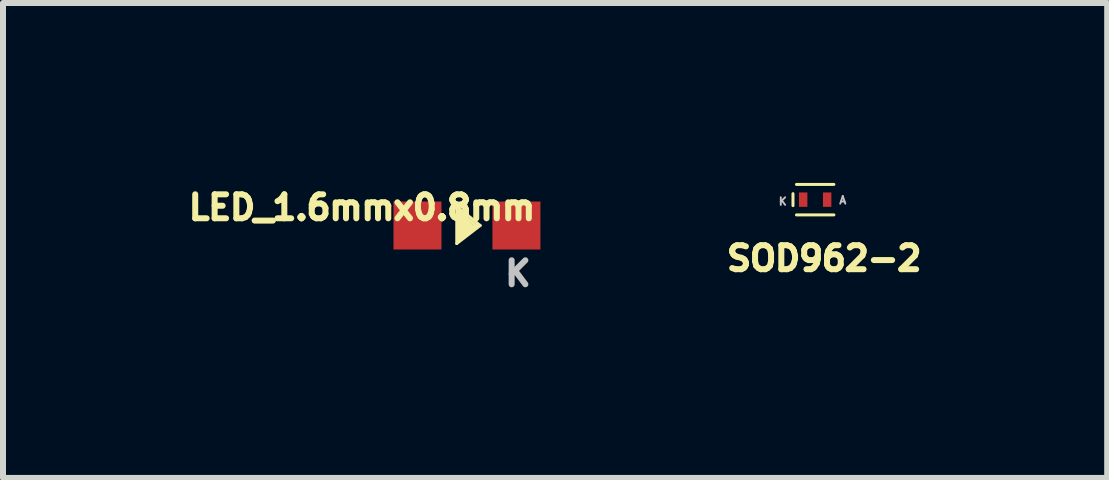
<source format=kicad_pcb>
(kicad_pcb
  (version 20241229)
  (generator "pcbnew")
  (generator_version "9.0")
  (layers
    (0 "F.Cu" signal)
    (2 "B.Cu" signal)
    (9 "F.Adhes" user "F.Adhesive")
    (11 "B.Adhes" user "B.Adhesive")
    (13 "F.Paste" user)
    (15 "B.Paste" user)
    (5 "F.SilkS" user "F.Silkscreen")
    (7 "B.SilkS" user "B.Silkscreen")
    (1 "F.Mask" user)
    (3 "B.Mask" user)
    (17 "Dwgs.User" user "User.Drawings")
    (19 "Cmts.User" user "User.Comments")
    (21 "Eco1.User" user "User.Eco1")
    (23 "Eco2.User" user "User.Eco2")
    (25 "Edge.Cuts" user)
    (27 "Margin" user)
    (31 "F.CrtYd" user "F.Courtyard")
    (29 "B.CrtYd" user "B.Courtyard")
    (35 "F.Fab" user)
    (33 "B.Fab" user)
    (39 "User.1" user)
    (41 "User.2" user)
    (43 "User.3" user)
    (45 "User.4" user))
  (footprint "LED_1.6mmx0.8mm"
    (layer "F.Cu")
    (at 4.736 0.71)
    (property "Reference" "LED_1.6mmx0.8mm" (at -1.75 -0.3 0) (layer "F.SilkS") (effects (font (size 0.4 0.4) (thickness 0.1))))
    (attr through_hole)
    (fp_line (start -0.17 -0.31) (end -0.17 0.3) (stroke (width 0.05) (type solid)) (layer "F.SilkS"))
    (fp_line (start -0.17 0.3) (end 0.22 0) (stroke (width 0.05) (type solid)) (layer "F.SilkS"))
    (fp_line (start -0.15 -0.25) (end 0.16 0.01) (stroke (width 0.05) (type solid)) (layer "F.SilkS"))
    (fp_line (start -0.14 0.24) (end -0.13 -0.2) (stroke (width 0.05) (type solid)) (layer "F.SilkS"))
    (fp_line (start -0.13 -0.2) (end 0.1 0.02) (stroke (width 0.05) (type solid)) (layer "F.SilkS"))
    (fp_line (start -0.11 0.18) (end -0.1 -0.13) (stroke (width 0.05) (type solid)) (layer "F.SilkS"))
    (fp_line (start -0.1 -0.13) (end 0.05 0.03) (stroke (width 0.05) (type solid)) (layer "F.SilkS"))
    (fp_line (start -0.08 0.11) (end -0.07 -0.07) (stroke (width 0.05) (type solid)) (layer "F.SilkS"))
    (fp_line (start -0.07 -0.07) (end 0.01 0.04) (stroke (width 0.05) (type solid)) (layer "F.SilkS"))
    (fp_line (start -0.05 0.06) (end -0.05 0) (stroke (width 0.05) (type solid)) (layer "F.SilkS"))
    (fp_line (start 0.01 0.04) (end -0.05 0.06) (stroke (width 0.05) (type solid)) (layer "F.SilkS"))
    (fp_line (start 0.05 0.03) (end -0.08 0.11) (stroke (width 0.05) (type solid)) (layer "F.SilkS"))
    (fp_line (start 0.1 0.02) (end -0.11 0.18) (stroke (width 0.05) (type solid)) (layer "F.SilkS"))
    (fp_line (start 0.16 0.01) (end -0.14 0.24) (stroke (width 0.05) (type solid)) (layer "F.SilkS"))
    (fp_line (start 0.22 0) (end -0.16 -0.31) (stroke (width 0.05) (type solid)) (layer "F.SilkS"))
    (fp_text user "K" (at 0.85 0.8 0) (layer "Dwgs.User") (effects (font (size 0.4 0.4) (thickness 0.1))))
    (pad "1" smd rect (at -0.825 0) (size 0.8 0.8) (layers "F.Cu" "F.Mask" "F.Paste"))
    (pad "2" smd rect (at 0.825 0) (size 0.8 0.8) (layers "F.Cu" "F.Mask" "F.Paste")))
  (footprint "SOD962-2"
    (layer "F.Cu")
    (at 10.542 0.279)
    (property "Reference" "SOD962-2" (at 0.15 0.98 0) (layer "F.SilkS") (effects (font (size 0.4 0.4) (thickness 0.1))))
    (attr through_hole)
    (fp_line (start -0.37 -0.1) (end -0.37 0.1) (stroke (width 0.05) (type solid)) (layer "F.SilkS"))
    (fp_line (start -0.312 -0.254) (end 0.312 -0.254) (stroke (width 0.05) (type solid)) (layer "F.SilkS"))
    (fp_line (start 0.312 0.254) (end -0.312 0.254) (stroke (width 0.05) (type solid)) (layer "F.SilkS"))
    (fp_text user "A" (at 0.46 0.01 0) (layer "Dwgs.User") (effects (font (size 0.127 0.127) (thickness 0.032))))
    (fp_text user "K" (at -0.54 0.03 0) (layer "Dwgs.User") (effects (font (size 0.127 0.127) (thickness 0.032))))
    (pad "1" smd rect (at -0.2 0) (size 0.14 0.24) (layers "F.Cu" "F.Mask" "F.Paste"))
    (pad "2" smd rect (at 0.2 0) (size 0.14 0.24) (layers "F.Cu" "F.Mask" "F.Paste")))
  (gr_rect
    (start -3 -3)
    (end 15.411 4.919)
    (stroke (width 0.1) (type default))
    (fill no)
    (layer "Edge.Cuts")))
</source>
